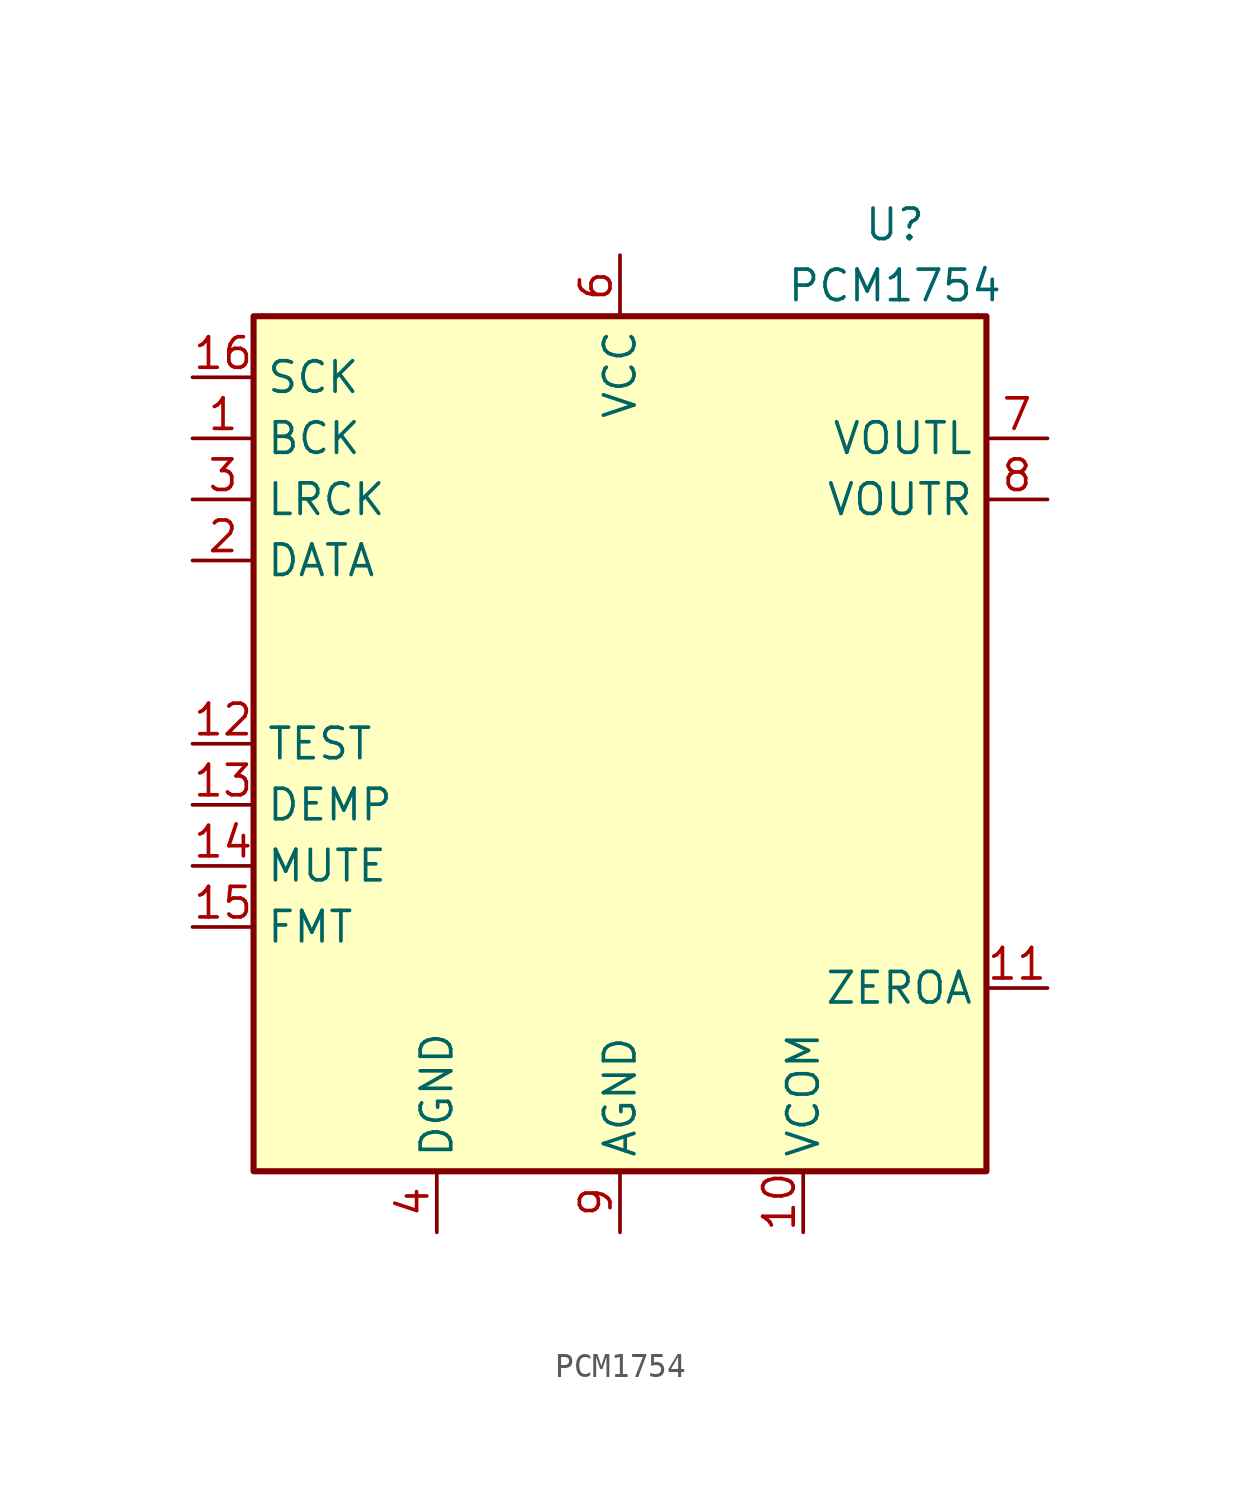
<source format=kicad_sym>
(kicad_symbol_lib
  (version 20220914)
  (generator kicad_symbol_editor)
  (symbol "PCM1754"
    (property "Reference" "U"
      (at 11.43 21.59 0)
      (effects (font (size 1.27 1.27))))
    (property "Value" "PCM1754"
      (at 11.43 19.05 0)
      (effects (font (size 1.27 1.27))))
    (symbol "PCM1754_0_1"
      (rectangle (start -15.24 17.78) (end 15.24 -17.78) (stroke (width 0.254) (type default)) (fill (type background))))
    (symbol "PCM1754_1_1"
      (pin input line (at -17.78 12.7 0) (length 2.54) (name "BCK" (effects (font (size 1.27 1.27)))) (number "1" (effects (font (size 1.27 1.27)))))
      (pin passive line (at 7.62 -20.32 90) (length 2.54) (name "VCOM" (effects (font (size 1.27 1.27)))) (number "10" (effects (font (size 1.27 1.27)))))
      (pin open_collector line (at 17.78 -10.16 180) (length 2.54) (name "ZEROA" (effects (font (size 1.27 1.27)))) (number "11" (effects (font (size 1.27 1.27)))))
      (pin input line (at -17.78 0 0) (length 2.54) (name "TEST" (effects (font (size 1.27 1.27)))) (number "12" (effects (font (size 1.27 1.27)))))
      (pin input line (at -17.78 -2.54 0) (length 2.54) (name "DEMP" (effects (font (size 1.27 1.27)))) (number "13" (effects (font (size 1.27 1.27)))))
      (pin input line (at -17.78 -5.08 0) (length 2.54) (name "MUTE" (effects (font (size 1.27 1.27)))) (number "14" (effects (font (size 1.27 1.27)))))
      (pin input line (at -17.78 -7.62 0) (length 2.54) (name "FMT" (effects (font (size 1.27 1.27)))) (number "15" (effects (font (size 1.27 1.27)))))
      (pin input line (at -17.78 15.24 0) (length 2.54) (name "SCK" (effects (font (size 1.27 1.27)))) (number "16" (effects (font (size 1.27 1.27)))))
      (pin input line (at -17.78 7.62 0) (length 2.54) (name "DATA" (effects (font (size 1.27 1.27)))) (number "2" (effects (font (size 1.27 1.27)))))
      (pin input line (at -17.78 10.16 0) (length 2.54) (name "LRCK" (effects (font (size 1.27 1.27)))) (number "3" (effects (font (size 1.27 1.27)))))
      (pin power_in line (at -7.62 -20.32 90) (length 2.54) (name "DGND" (effects (font (size 1.27 1.27)))) (number "4" (effects (font (size 1.27 1.27)))))
      (pin no_connect line (at -17.78 -12.7 0) (length 2.54) hide (name "" (effects (font (size 1.27 1.27)))) (number "5" (effects (font (size 1.27 1.27)))))
      (pin power_in line (at 0 20.32 270) (length 2.54) (name "VCC" (effects (font (size 1.27 1.27)))) (number "6" (effects (font (size 1.27 1.27)))))
      (pin output line (at 17.78 12.7 180) (length 2.54) (name "VOUTL" (effects (font (size 1.27 1.27)))) (number "7" (effects (font (size 1.27 1.27)))))
      (pin output line (at 17.78 10.16 180) (length 2.54) (name "VOUTR" (effects (font (size 1.27 1.27)))) (number "8" (effects (font (size 1.27 1.27)))))
      (pin power_in line (at 0 -20.32 90) (length 2.54) (name "AGND" (effects (font (size 1.27 1.27)))) (number "9" (effects (font (size 1.27 1.27))))))))
</source>
